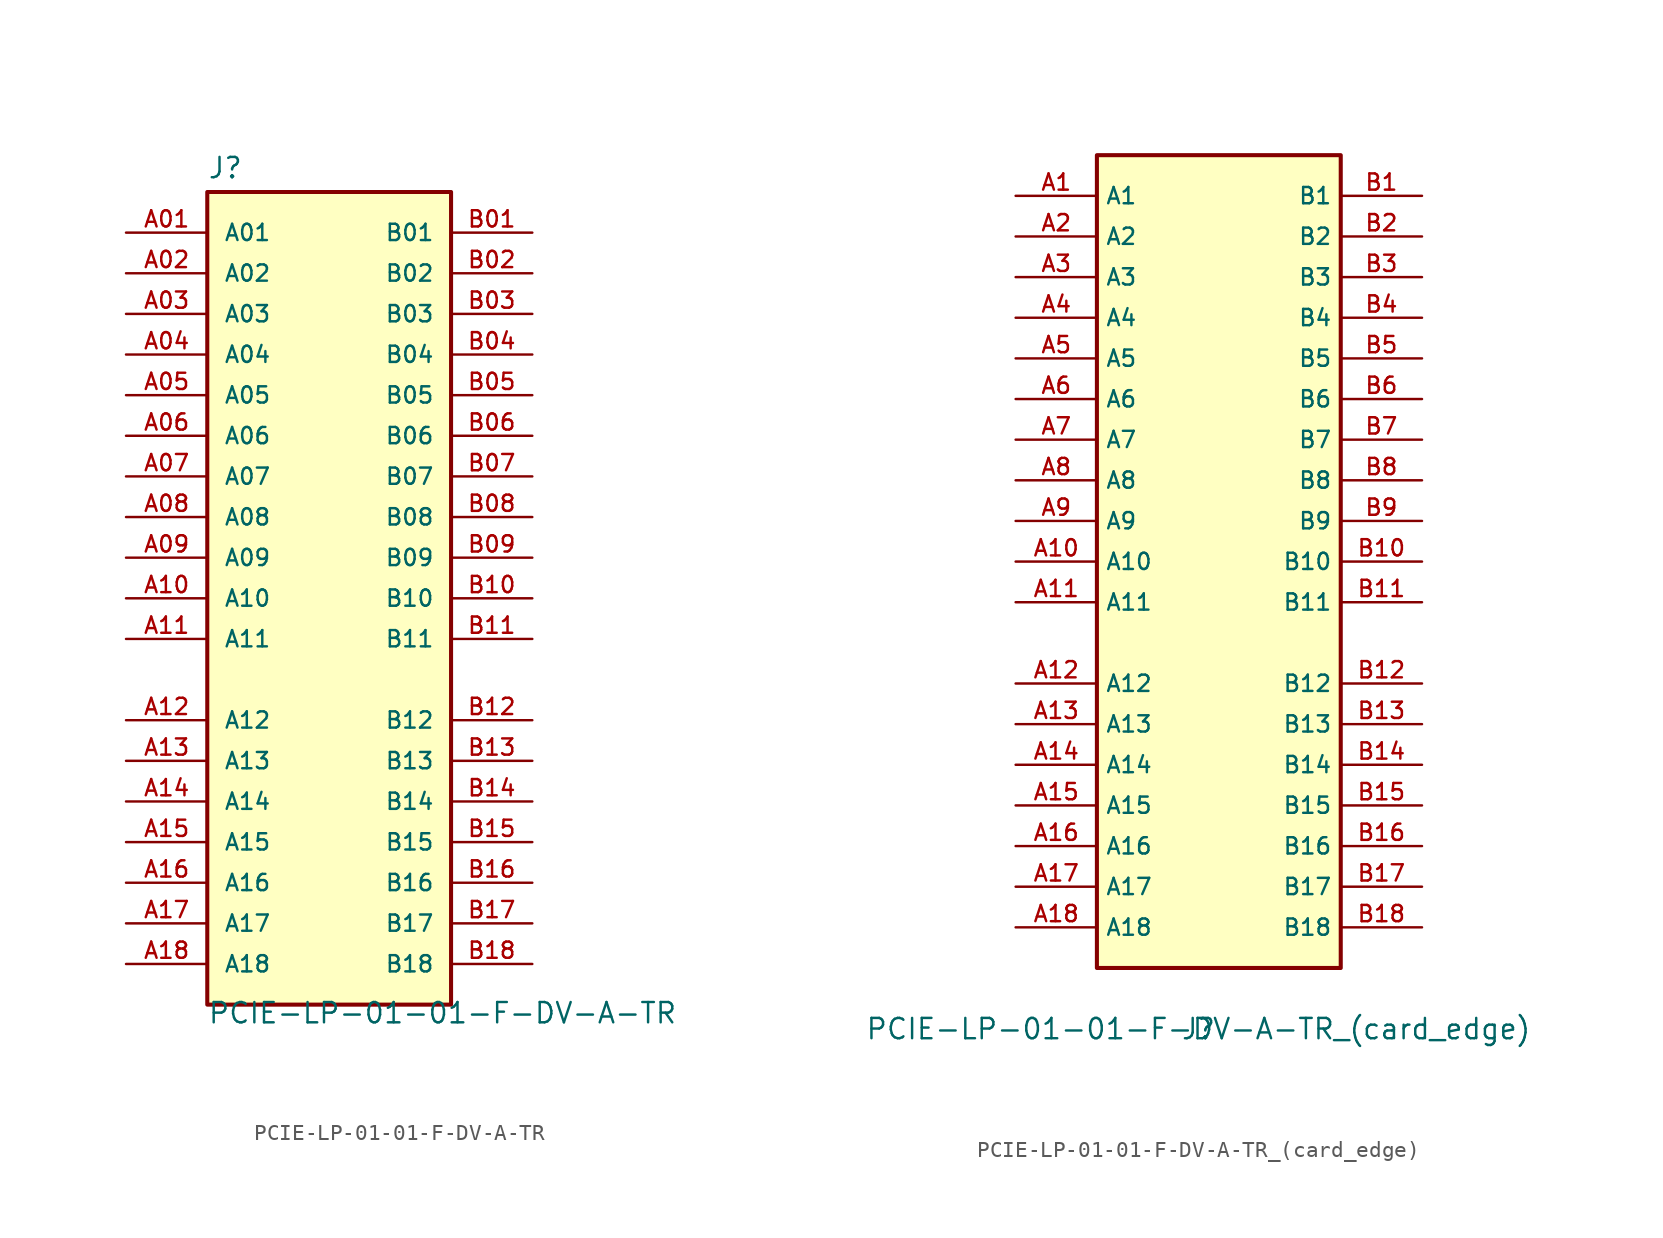
<source format=kicad_sym>
(kicad_symbol_lib
  (version 20211014)
  (generator kicad_symbol_editor)
  (symbol "PCIE-LP-01-01-F-DV-A-TR"
    (pin_names
      (offset 1.016))
    (property "Reference" "J"
      (at -7.62 26.162 0)
      (effects (font (size 1.27 1.27)) (justify left bottom)))
    (property "Value" "PCIE-LP-01-01-F-DV-A-TR"
      (at -7.62 -26.67 0)
      (effects (font (size 1.27 1.27)) (justify left bottom)))
    (property "ki_locked" ""
      (at 0 0 0)
      (effects (font (size 1.27 1.27))))
    (symbol "PCIE-LP-01-01-F-DV-A-TR_0_0"
      (rectangle (start -7.62 -25.4) (end 7.62 25.4) (stroke (width 0.254) (type default) (color 0 0 0 0)) (fill (type background)))
      (pin passive line (at -12.7 22.86 0) (length 5.08) (name "A01" (effects (font (size 1.016 1.016)))) (number "A01" (effects (font (size 1.016 1.016)))))
      (pin passive line (at -12.7 20.32 0) (length 5.08) (name "A02" (effects (font (size 1.016 1.016)))) (number "A02" (effects (font (size 1.016 1.016)))))
      (pin passive line (at -12.7 17.78 0) (length 5.08) (name "A03" (effects (font (size 1.016 1.016)))) (number "A03" (effects (font (size 1.016 1.016)))))
      (pin passive line (at -12.7 15.24 0) (length 5.08) (name "A04" (effects (font (size 1.016 1.016)))) (number "A04" (effects (font (size 1.016 1.016)))))
      (pin passive line (at -12.7 12.7 0) (length 5.08) (name "A05" (effects (font (size 1.016 1.016)))) (number "A05" (effects (font (size 1.016 1.016)))))
      (pin passive line (at -12.7 10.16 0) (length 5.08) (name "A06" (effects (font (size 1.016 1.016)))) (number "A06" (effects (font (size 1.016 1.016)))))
      (pin passive line (at -12.7 7.62 0) (length 5.08) (name "A07" (effects (font (size 1.016 1.016)))) (number "A07" (effects (font (size 1.016 1.016)))))
      (pin passive line (at -12.7 5.08 0) (length 5.08) (name "A08" (effects (font (size 1.016 1.016)))) (number "A08" (effects (font (size 1.016 1.016)))))
      (pin passive line (at -12.7 2.54 0) (length 5.08) (name "A09" (effects (font (size 1.016 1.016)))) (number "A09" (effects (font (size 1.016 1.016)))))
      (pin passive line (at -12.7 0 0) (length 5.08) (name "A10" (effects (font (size 1.016 1.016)))) (number "A10" (effects (font (size 1.016 1.016)))))
      (pin passive line (at -12.7 -2.54 0) (length 5.08) (name "A11" (effects (font (size 1.016 1.016)))) (number "A11" (effects (font (size 1.016 1.016)))))
      (pin passive line (at -12.7 -7.62 0) (length 5.08) (name "A12" (effects (font (size 1.016 1.016)))) (number "A12" (effects (font (size 1.016 1.016)))))
      (pin passive line (at -12.7 -10.16 0) (length 5.08) (name "A13" (effects (font (size 1.016 1.016)))) (number "A13" (effects (font (size 1.016 1.016)))))
      (pin passive line (at -12.7 -12.7 0) (length 5.08) (name "A14" (effects (font (size 1.016 1.016)))) (number "A14" (effects (font (size 1.016 1.016)))))
      (pin passive line (at -12.7 -15.24 0) (length 5.08) (name "A15" (effects (font (size 1.016 1.016)))) (number "A15" (effects (font (size 1.016 1.016)))))
      (pin passive line (at -12.7 -17.78 0) (length 5.08) (name "A16" (effects (font (size 1.016 1.016)))) (number "A16" (effects (font (size 1.016 1.016)))))
      (pin passive line (at -12.7 -20.32 0) (length 5.08) (name "A17" (effects (font (size 1.016 1.016)))) (number "A17" (effects (font (size 1.016 1.016)))))
      (pin passive line (at -12.7 -22.86 0) (length 5.08) (name "A18" (effects (font (size 1.016 1.016)))) (number "A18" (effects (font (size 1.016 1.016)))))
      (pin passive line (at 12.7 22.86 180) (length 5.08) (name "B01" (effects (font (size 1.016 1.016)))) (number "B01" (effects (font (size 1.016 1.016)))))
      (pin passive line (at 12.7 20.32 180) (length 5.08) (name "B02" (effects (font (size 1.016 1.016)))) (number "B02" (effects (font (size 1.016 1.016)))))
      (pin passive line (at 12.7 17.78 180) (length 5.08) (name "B03" (effects (font (size 1.016 1.016)))) (number "B03" (effects (font (size 1.016 1.016)))))
      (pin passive line (at 12.7 15.24 180) (length 5.08) (name "B04" (effects (font (size 1.016 1.016)))) (number "B04" (effects (font (size 1.016 1.016)))))
      (pin passive line (at 12.7 12.7 180) (length 5.08) (name "B05" (effects (font (size 1.016 1.016)))) (number "B05" (effects (font (size 1.016 1.016)))))
      (pin passive line (at 12.7 10.16 180) (length 5.08) (name "B06" (effects (font (size 1.016 1.016)))) (number "B06" (effects (font (size 1.016 1.016)))))
      (pin passive line (at 12.7 7.62 180) (length 5.08) (name "B07" (effects (font (size 1.016 1.016)))) (number "B07" (effects (font (size 1.016 1.016)))))
      (pin passive line (at 12.7 5.08 180) (length 5.08) (name "B08" (effects (font (size 1.016 1.016)))) (number "B08" (effects (font (size 1.016 1.016)))))
      (pin passive line (at 12.7 2.54 180) (length 5.08) (name "B09" (effects (font (size 1.016 1.016)))) (number "B09" (effects (font (size 1.016 1.016)))))
      (pin passive line (at 12.7 0 180) (length 5.08) (name "B10" (effects (font (size 1.016 1.016)))) (number "B10" (effects (font (size 1.016 1.016)))))
      (pin passive line (at 12.7 -2.54 180) (length 5.08) (name "B11" (effects (font (size 1.016 1.016)))) (number "B11" (effects (font (size 1.016 1.016)))))
      (pin passive line (at 12.7 -7.62 180) (length 5.08) (name "B12" (effects (font (size 1.016 1.016)))) (number "B12" (effects (font (size 1.016 1.016)))))
      (pin passive line (at 12.7 -10.16 180) (length 5.08) (name "B13" (effects (font (size 1.016 1.016)))) (number "B13" (effects (font (size 1.016 1.016)))))
      (pin passive line (at 12.7 -12.7 180) (length 5.08) (name "B14" (effects (font (size 1.016 1.016)))) (number "B14" (effects (font (size 1.016 1.016)))))
      (pin passive line (at 12.7 -15.24 180) (length 5.08) (name "B15" (effects (font (size 1.016 1.016)))) (number "B15" (effects (font (size 1.016 1.016)))))
      (pin passive line (at 12.7 -17.78 180) (length 5.08) (name "B16" (effects (font (size 1.016 1.016)))) (number "B16" (effects (font (size 1.016 1.016)))))
      (pin passive line (at 12.7 -20.32 180) (length 5.08) (name "B17" (effects (font (size 1.016 1.016)))) (number "B17" (effects (font (size 1.016 1.016)))))
      (pin passive line (at 12.7 -22.86 180) (length 5.08) (name "B18" (effects (font (size 1.016 1.016)))) (number "B18" (effects (font (size 1.016 1.016)))))))
  (symbol "PCIE-LP-01-01-F-DV-A-TR_(card_edge)"
    (property "Reference" "J"
      (at 0 0 0)
      (effects (font (size 1.27 1.27))))
    (property "Value" "PCIE-LP-01-01-F-DV-A-TR_(card_edge)"
      (at 0 0 0)
      (effects (font (size 1.27 1.27))))
    (symbol "PCIE-LP-01-01-F-DV-A-TR_(card_edge)_0_0"
      (rectangle (start -6.35 3.81) (end 8.89 54.61) (stroke (width 0.254) (type default) (color 0 0 0 0)) (fill (type background)))
      (pin passive line (at -11.43 52.07 0) (length 5.08) (name "A1" (effects (font (size 1.016 1.016)))) (number "A1" (effects (font (size 1.016 1.016)))))
      (pin passive line (at -11.43 29.21 0) (length 5.08) (name "A10" (effects (font (size 1.016 1.016)))) (number "A10" (effects (font (size 1.016 1.016)))))
      (pin passive line (at -11.43 26.67 0) (length 5.08) (name "A11" (effects (font (size 1.016 1.016)))) (number "A11" (effects (font (size 1.016 1.016)))))
      (pin passive line (at -11.43 21.59 0) (length 5.08) (name "A12" (effects (font (size 1.016 1.016)))) (number "A12" (effects (font (size 1.016 1.016)))))
      (pin passive line (at -11.43 19.05 0) (length 5.08) (name "A13" (effects (font (size 1.016 1.016)))) (number "A13" (effects (font (size 1.016 1.016)))))
      (pin passive line (at -11.43 16.51 0) (length 5.08) (name "A14" (effects (font (size 1.016 1.016)))) (number "A14" (effects (font (size 1.016 1.016)))))
      (pin passive line (at -11.43 13.97 0) (length 5.08) (name "A15" (effects (font (size 1.016 1.016)))) (number "A15" (effects (font (size 1.016 1.016)))))
      (pin passive line (at -11.43 11.43 0) (length 5.08) (name "A16" (effects (font (size 1.016 1.016)))) (number "A16" (effects (font (size 1.016 1.016)))))
      (pin passive line (at -11.43 8.89 0) (length 5.08) (name "A17" (effects (font (size 1.016 1.016)))) (number "A17" (effects (font (size 1.016 1.016)))))
      (pin passive line (at -11.43 6.35 0) (length 5.08) (name "A18" (effects (font (size 1.016 1.016)))) (number "A18" (effects (font (size 1.016 1.016)))))
      (pin passive line (at -11.43 49.53 0) (length 5.08) (name "A2" (effects (font (size 1.016 1.016)))) (number "A2" (effects (font (size 1.016 1.016)))))
      (pin passive line (at -11.43 46.99 0) (length 5.08) (name "A3" (effects (font (size 1.016 1.016)))) (number "A3" (effects (font (size 1.016 1.016)))))
      (pin passive line (at -11.43 44.45 0) (length 5.08) (name "A4" (effects (font (size 1.016 1.016)))) (number "A4" (effects (font (size 1.016 1.016)))))
      (pin passive line (at -11.43 41.91 0) (length 5.08) (name "A5" (effects (font (size 1.016 1.016)))) (number "A5" (effects (font (size 1.016 1.016)))))
      (pin passive line (at -11.43 39.37 0) (length 5.08) (name "A6" (effects (font (size 1.016 1.016)))) (number "A6" (effects (font (size 1.016 1.016)))))
      (pin passive line (at -11.43 36.83 0) (length 5.08) (name "A7" (effects (font (size 1.016 1.016)))) (number "A7" (effects (font (size 1.016 1.016)))))
      (pin passive line (at -11.43 34.29 0) (length 5.08) (name "A8" (effects (font (size 1.016 1.016)))) (number "A8" (effects (font (size 1.016 1.016)))))
      (pin passive line (at -11.43 31.75 0) (length 5.08) (name "A9" (effects (font (size 1.016 1.016)))) (number "A9" (effects (font (size 1.016 1.016)))))
      (pin passive line (at 13.97 52.07 180) (length 5.08) (name "B1" (effects (font (size 1.016 1.016)))) (number "B1" (effects (font (size 1.016 1.016)))))
      (pin passive line (at 13.97 29.21 180) (length 5.08) (name "B10" (effects (font (size 1.016 1.016)))) (number "B10" (effects (font (size 1.016 1.016)))))
      (pin passive line (at 13.97 26.67 180) (length 5.08) (name "B11" (effects (font (size 1.016 1.016)))) (number "B11" (effects (font (size 1.016 1.016)))))
      (pin passive line (at 13.97 21.59 180) (length 5.08) (name "B12" (effects (font (size 1.016 1.016)))) (number "B12" (effects (font (size 1.016 1.016)))))
      (pin passive line (at 13.97 19.05 180) (length 5.08) (name "B13" (effects (font (size 1.016 1.016)))) (number "B13" (effects (font (size 1.016 1.016)))))
      (pin passive line (at 13.97 16.51 180) (length 5.08) (name "B14" (effects (font (size 1.016 1.016)))) (number "B14" (effects (font (size 1.016 1.016)))))
      (pin passive line (at 13.97 13.97 180) (length 5.08) (name "B15" (effects (font (size 1.016 1.016)))) (number "B15" (effects (font (size 1.016 1.016)))))
      (pin passive line (at 13.97 11.43 180) (length 5.08) (name "B16" (effects (font (size 1.016 1.016)))) (number "B16" (effects (font (size 1.016 1.016)))))
      (pin passive line (at 13.97 8.89 180) (length 5.08) (name "B17" (effects (font (size 1.016 1.016)))) (number "B17" (effects (font (size 1.016 1.016)))))
      (pin passive line (at 13.97 6.35 180) (length 5.08) (name "B18" (effects (font (size 1.016 1.016)))) (number "B18" (effects (font (size 1.016 1.016)))))
      (pin passive line (at 13.97 49.53 180) (length 5.08) (name "B2" (effects (font (size 1.016 1.016)))) (number "B2" (effects (font (size 1.016 1.016)))))
      (pin passive line (at 13.97 46.99 180) (length 5.08) (name "B3" (effects (font (size 1.016 1.016)))) (number "B3" (effects (font (size 1.016 1.016)))))
      (pin passive line (at 13.97 44.45 180) (length 5.08) (name "B4" (effects (font (size 1.016 1.016)))) (number "B4" (effects (font (size 1.016 1.016)))))
      (pin passive line (at 13.97 41.91 180) (length 5.08) (name "B5" (effects (font (size 1.016 1.016)))) (number "B5" (effects (font (size 1.016 1.016)))))
      (pin passive line (at 13.97 39.37 180) (length 5.08) (name "B6" (effects (font (size 1.016 1.016)))) (number "B6" (effects (font (size 1.016 1.016)))))
      (pin passive line (at 13.97 36.83 180) (length 5.08) (name "B7" (effects (font (size 1.016 1.016)))) (number "B7" (effects (font (size 1.016 1.016)))))
      (pin passive line (at 13.97 34.29 180) (length 5.08) (name "B8" (effects (font (size 1.016 1.016)))) (number "B8" (effects (font (size 1.016 1.016)))))
      (pin passive line (at 13.97 31.75 180) (length 5.08) (name "B9" (effects (font (size 1.016 1.016)))) (number "B9" (effects (font (size 1.016 1.016))))))))
</source>
